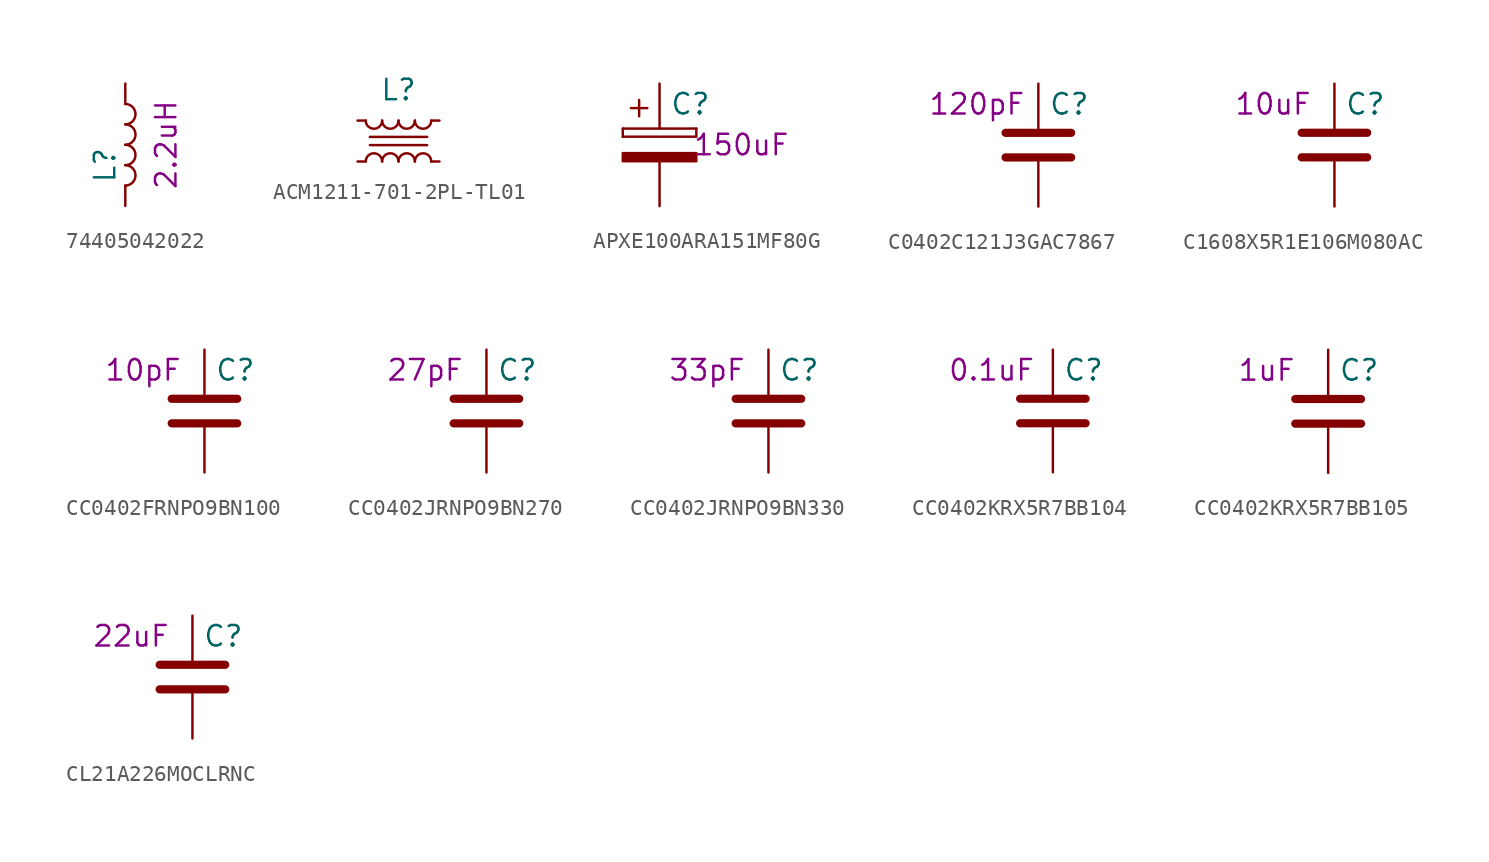
<source format=kicad_sym>
(kicad_symbol_lib
  (version 20210619)
  (generator kicad_symbol_editor)
  (symbol "eval-board-1_buck-regulator:74405042022"
    (pin_numbers hide)
    (pin_names
      (offset 1.016) hide)
    (property "Reference" "L"
      (at -1.27 -1.27 90)
      (effects (font (size 1.27 1.27))))
    (property "id" "2.2uH"
      (at 2.54 0 90)
      (effects (font (size 1.27 1.27))))
    (symbol "74405042022_0_1"
      (arc (start 0 -2.54) (end 0 -1.27) (radius (at 0 -1.905) (length 0.635) (angles -89.9 89.9)) (stroke (width 0)) (fill (type none)))
      (arc (start 0 -1.27) (end 0 0) (radius (at 0 -0.635) (length 0.635) (angles -89.9 89.9)) (stroke (width 0)) (fill (type none)))
      (arc (start 0 0) (end 0 1.27) (radius (at 0 0.635) (length 0.635) (angles -89.9 89.9)) (stroke (width 0)) (fill (type none)))
      (arc (start 0 1.27) (end 0 2.54) (radius (at 0 1.905) (length 0.635) (angles -89.9 89.9)) (stroke (width 0)) (fill (type none))))
    (symbol "74405042022_1_1"
      (pin passive line (at 0 3.81 270) (length 1.27) (name "1" (effects (font (size 1.27 1.27)))) (number "1" (effects (font (size 1.27 1.27)))))
      (pin passive line (at 0 -3.81 90) (length 1.27) (name "2" (effects (font (size 1.27 1.27)))) (number "2" (effects (font (size 1.27 1.27)))))))
  (symbol "eval-board-1_buck-regulator:ACM1211-701-2PL-TL01"
    (pin_numbers hide)
    (pin_names
      (offset 0.254) hide)
    (property "Reference" "L"
      (at 0 3.175 0)
      (effects (font (size 1.27 1.27))))
    (symbol "ACM1211-701-2PL-TL01_0_1"
      (arc (start -1.016 -1.27) (end -2.032 -1.27) (radius (at -1.524 -1.27) (length 0.508) (angles 0.1 179.9)) (stroke (width 0)) (fill (type none)))
      (arc (start -2.032 1.27) (end -1.016 1.27) (radius (at -1.524 1.27) (length 0.508) (angles -179.9 -0.1)) (stroke (width 0)) (fill (type none)))
      (arc (start 0 -1.27) (end -1.016 -1.27) (radius (at -0.508 -1.27) (length 0.508) (angles 0.1 179.9)) (stroke (width 0)) (fill (type none)))
      (arc (start -1.016 1.27) (end 0 1.27) (radius (at -0.508 1.27) (length 0.508) (angles -179.9 -0.1)) (stroke (width 0)) (fill (type none)))
      (arc (start 1.016 -1.27) (end 0 -1.27) (radius (at 0.508 -1.27) (length 0.508) (angles 0.1 179.9)) (stroke (width 0)) (fill (type none)))
      (arc (start 0 1.27) (end 1.016 1.27) (radius (at 0.508 1.27) (length 0.508) (angles -179.9 -0.1)) (stroke (width 0)) (fill (type none)))
      (arc (start 2.032 -1.27) (end 1.016 -1.27) (radius (at 1.524 -1.27) (length 0.508) (angles 0.1 179.9)) (stroke (width 0)) (fill (type none)))
      (arc (start 1.016 1.27) (end 2.032 1.27) (radius (at 1.524 1.27) (length 0.508) (angles -179.9 -0.1)) (stroke (width 0)) (fill (type none)))
      (polyline (pts (xy 1.778 -0.254) (xy -1.778 -0.254)) (stroke (width 0)) (fill (type none)))
      (polyline (pts (xy 1.778 0.254) (xy -1.778 0.254)) (stroke (width 0)) (fill (type none))))
    (symbol "ACM1211-701-2PL-TL01_1_1"
      (pin passive line (at -2.54 1.27 0) (length 0.508) (name "1" (effects (font (size 1.27 1.27)))) (number "1" (effects (font (size 1.27 1.27)))))
      (pin passive line (at -2.54 -1.27 0) (length 0.508) (name "2" (effects (font (size 1.27 1.27)))) (number "2" (effects (font (size 1.27 1.27)))))
      (pin passive line (at 2.54 -1.27 180) (length 0.508) (name "3" (effects (font (size 1.27 1.27)))) (number "3" (effects (font (size 1.27 1.27)))))
      (pin passive line (at 2.54 1.27 180) (length 0.508) (name "4" (effects (font (size 1.27 1.27)))) (number "4" (effects (font (size 1.27 1.27)))))))
  (symbol "eval-board-1_buck-regulator:APXE100ARA151MF80G"
    (pin_numbers hide)
    (pin_names
      (offset 0.254))
    (property "Reference" "C"
      (at 0.635 2.54 0)
      (effects (font (size 1.27 1.27)) (justify left)))
    (property "id" "150uF"
      (at 5.08 0 0)
      (effects (font (size 1.27 1.27))))
    (symbol "APXE100ARA151MF80G_0_1"
      (rectangle (start -2.286 0.508) (end -2.286 1.016) (stroke (width 0)) (fill (type none)))
      (rectangle (start -2.286 0.508) (end 2.286 0.508) (stroke (width 0)) (fill (type none)))
      (rectangle (start 2.286 1.016) (end -2.286 1.016) (stroke (width 0)) (fill (type none)))
      (rectangle (start 2.286 1.016) (end 2.286 0.508) (stroke (width 0)) (fill (type none)))
      (rectangle (start 2.286 -0.508) (end -2.286 -1.016) (stroke (width 0)) (fill (type outline)))
      (polyline (pts (xy -1.778 2.286) (xy -0.762 2.286)) (stroke (width 0)) (fill (type none)))
      (polyline (pts (xy -1.27 2.794) (xy -1.27 1.778)) (stroke (width 0)) (fill (type none))))
    (symbol "APXE100ARA151MF80G_1_1"
      (pin passive line (at 0 3.81 270) (length 2.794) (name "~" (effects (font (size 1.27 1.27)))) (number "1" (effects (font (size 1.27 1.27)))))
      (pin passive line (at 0 -3.81 90) (length 2.794) (name "~" (effects (font (size 1.27 1.27)))) (number "2" (effects (font (size 1.27 1.27)))))))
  (symbol "eval-board-1_buck-regulator:C0402C121J3GAC7867"
    (pin_numbers hide)
    (pin_names
      (offset 0.254))
    (property "Reference" "C"
      (at 0.635 2.54 0)
      (effects (font (size 1.27 1.27)) (justify left)))
    (property "id" "120pF"
      (at -3.81 2.54 0)
      (effects (font (size 1.27 1.27))))
    (symbol "C0402C121J3GAC7867_0_1"
      (polyline (pts (xy -2.032 -0.762) (xy 2.032 -0.762)) (stroke (width 0.508)) (fill (type none)))
      (polyline (pts (xy -2.032 0.762) (xy 2.032 0.762)) (stroke (width 0.508)) (fill (type none))))
    (symbol "C0402C121J3GAC7867_1_1"
      (pin passive line (at 0 3.81 270) (length 2.794) (name "~" (effects (font (size 1.27 1.27)))) (number "1" (effects (font (size 1.27 1.27)))))
      (pin passive line (at 0 -3.81 90) (length 2.794) (name "~" (effects (font (size 1.27 1.27)))) (number "2" (effects (font (size 1.27 1.27)))))))
  (symbol "eval-board-1_buck-regulator:C1608X5R1E106M080AC"
    (pin_numbers hide)
    (pin_names
      (offset 0.254))
    (property "Reference" "C"
      (at 0.635 2.54 0)
      (effects (font (size 1.27 1.27)) (justify left)))
    (property "id" "10uF"
      (at -3.81 2.54 0)
      (effects (font (size 1.27 1.27))))
    (symbol "C1608X5R1E106M080AC_0_1"
      (polyline (pts (xy -2.032 -0.762) (xy 2.032 -0.762)) (stroke (width 0.508)) (fill (type none)))
      (polyline (pts (xy -2.032 0.762) (xy 2.032 0.762)) (stroke (width 0.508)) (fill (type none))))
    (symbol "C1608X5R1E106M080AC_1_1"
      (pin passive line (at 0 3.81 270) (length 2.794) (name "~" (effects (font (size 1.27 1.27)))) (number "1" (effects (font (size 1.27 1.27)))))
      (pin passive line (at 0 -3.81 90) (length 2.794) (name "~" (effects (font (size 1.27 1.27)))) (number "2" (effects (font (size 1.27 1.27)))))))
  (symbol "eval-board-1_buck-regulator:CC0402FRNPO9BN100"
    (pin_numbers hide)
    (pin_names
      (offset 0.254))
    (property "Reference" "C"
      (at 0.635 2.54 0)
      (effects (font (size 1.27 1.27)) (justify left)))
    (property "id" "10pF"
      (at -3.81 2.54 0)
      (effects (font (size 1.27 1.27))))
    (symbol "CC0402FRNPO9BN100_0_1"
      (polyline (pts (xy -2.032 -0.762) (xy 2.032 -0.762)) (stroke (width 0.508)) (fill (type none)))
      (polyline (pts (xy -2.032 0.762) (xy 2.032 0.762)) (stroke (width 0.508)) (fill (type none))))
    (symbol "CC0402FRNPO9BN100_1_1"
      (pin passive line (at 0 3.81 270) (length 2.794) (name "~" (effects (font (size 1.27 1.27)))) (number "1" (effects (font (size 1.27 1.27)))))
      (pin passive line (at 0 -3.81 90) (length 2.794) (name "~" (effects (font (size 1.27 1.27)))) (number "2" (effects (font (size 1.27 1.27)))))))
  (symbol "eval-board-1_buck-regulator:CC0402JRNPO9BN270"
    (pin_numbers hide)
    (pin_names
      (offset 0.254))
    (property "Reference" "C"
      (at 0.635 2.54 0)
      (effects (font (size 1.27 1.27)) (justify left)))
    (property "id" "27pF"
      (at -3.81 2.54 0)
      (effects (font (size 1.27 1.27))))
    (symbol "CC0402JRNPO9BN270_0_1"
      (polyline (pts (xy -2.032 -0.762) (xy 2.032 -0.762)) (stroke (width 0.508)) (fill (type none)))
      (polyline (pts (xy -2.032 0.762) (xy 2.032 0.762)) (stroke (width 0.508)) (fill (type none))))
    (symbol "CC0402JRNPO9BN270_1_1"
      (pin passive line (at 0 3.81 270) (length 2.794) (name "~" (effects (font (size 1.27 1.27)))) (number "1" (effects (font (size 1.27 1.27)))))
      (pin passive line (at 0 -3.81 90) (length 2.794) (name "~" (effects (font (size 1.27 1.27)))) (number "2" (effects (font (size 1.27 1.27)))))))
  (symbol "eval-board-1_buck-regulator:CC0402JRNPO9BN330"
    (pin_numbers hide)
    (pin_names
      (offset 0.254))
    (property "Reference" "C"
      (at 0.635 2.54 0)
      (effects (font (size 1.27 1.27)) (justify left)))
    (property "id" "33pF"
      (at -3.81 2.54 0)
      (effects (font (size 1.27 1.27))))
    (symbol "CC0402JRNPO9BN330_0_1"
      (polyline (pts (xy -2.032 -0.762) (xy 2.032 -0.762)) (stroke (width 0.508)) (fill (type none)))
      (polyline (pts (xy -2.032 0.762) (xy 2.032 0.762)) (stroke (width 0.508)) (fill (type none))))
    (symbol "CC0402JRNPO9BN330_1_1"
      (pin passive line (at 0 3.81 270) (length 2.794) (name "~" (effects (font (size 1.27 1.27)))) (number "1" (effects (font (size 1.27 1.27)))))
      (pin passive line (at 0 -3.81 90) (length 2.794) (name "~" (effects (font (size 1.27 1.27)))) (number "2" (effects (font (size 1.27 1.27)))))))
  (symbol "eval-board-1_buck-regulator:CC0402KRX5R7BB104"
    (pin_numbers hide)
    (pin_names
      (offset 0.254))
    (property "Reference" "C"
      (at 0.635 2.54 0)
      (effects (font (size 1.27 1.27)) (justify left)))
    (property "id" "0.1uF"
      (at -3.81 2.54 0)
      (effects (font (size 1.27 1.27))))
    (symbol "CC0402KRX5R7BB104_0_1"
      (polyline (pts (xy -2.032 -0.762) (xy 2.032 -0.762)) (stroke (width 0.508)) (fill (type none)))
      (polyline (pts (xy -2.032 0.762) (xy 2.032 0.762)) (stroke (width 0.508)) (fill (type none))))
    (symbol "CC0402KRX5R7BB104_1_1"
      (pin passive line (at 0 3.81 270) (length 2.794) (name "~" (effects (font (size 1.27 1.27)))) (number "1" (effects (font (size 1.27 1.27)))))
      (pin passive line (at 0 -3.81 90) (length 2.794) (name "~" (effects (font (size 1.27 1.27)))) (number "2" (effects (font (size 1.27 1.27)))))))
  (symbol "eval-board-1_buck-regulator:CC0402KRX5R7BB105"
    (pin_numbers hide)
    (pin_names
      (offset 0.254))
    (property "Reference" "C"
      (at 0.635 2.54 0)
      (effects (font (size 1.27 1.27)) (justify left)))
    (property "id" "1uF"
      (at -3.81 2.54 0)
      (effects (font (size 1.27 1.27))))
    (symbol "CC0402KRX5R7BB105_0_1"
      (polyline (pts (xy -2.032 -0.762) (xy 2.032 -0.762)) (stroke (width 0.508)) (fill (type none)))
      (polyline (pts (xy -2.032 0.762) (xy 2.032 0.762)) (stroke (width 0.508)) (fill (type none))))
    (symbol "CC0402KRX5R7BB105_1_1"
      (pin passive line (at 0 3.81 270) (length 2.794) (name "~" (effects (font (size 1.27 1.27)))) (number "1" (effects (font (size 1.27 1.27)))))
      (pin passive line (at 0 -3.81 90) (length 2.794) (name "~" (effects (font (size 1.27 1.27)))) (number "2" (effects (font (size 1.27 1.27)))))))
  (symbol "eval-board-1_buck-regulator:CL21A226MOCLRNC"
    (pin_numbers hide)
    (pin_names
      (offset 0.254))
    (property "Reference" "C"
      (at 0.635 2.54 0)
      (effects (font (size 1.27 1.27)) (justify left)))
    (property "id" "22uF"
      (at -3.81 2.54 0)
      (effects (font (size 1.27 1.27))))
    (symbol "CL21A226MOCLRNC_0_1"
      (polyline (pts (xy -2.032 -0.762) (xy 2.032 -0.762)) (stroke (width 0.508)) (fill (type none)))
      (polyline (pts (xy -2.032 0.762) (xy 2.032 0.762)) (stroke (width 0.508)) (fill (type none))))
    (symbol "CL21A226MOCLRNC_1_1"
      (pin passive line (at 0 3.81 270) (length 2.794) (name "~" (effects (font (size 1.27 1.27)))) (number "1" (effects (font (size 1.27 1.27)))))
      (pin passive line (at 0 -3.81 90) (length 2.794) (name "~" (effects (font (size 1.27 1.27)))) (number "2" (effects (font (size 1.27 1.27))))))))
</source>
